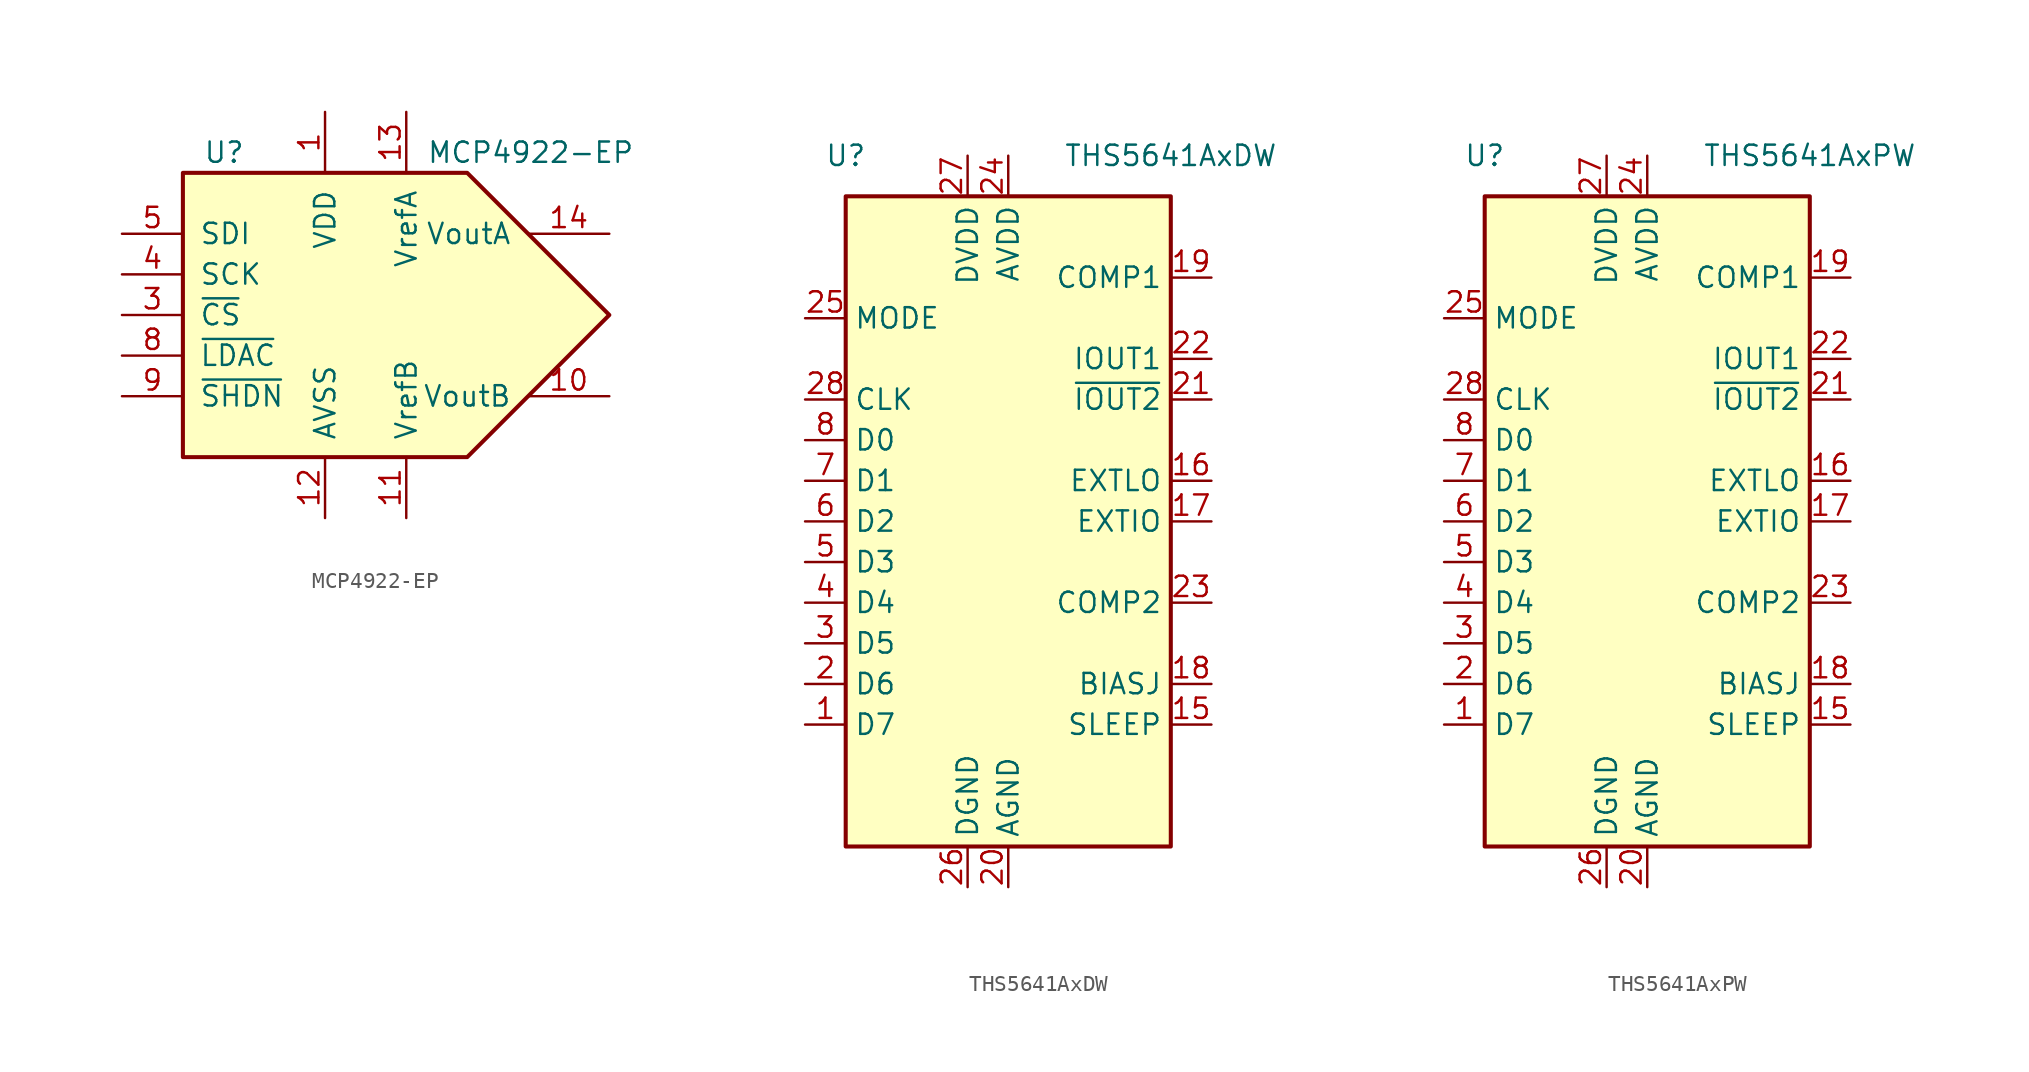
<source format=kicad_sym>
(kicad_symbol_lib
  (version 20200908)
  (generator kicad_symbol_editor)
  (symbol "Analog_DAC:MCP4922-EP"
    (pin_names
      (offset 1.016))
    (property "Reference" "U"
      (at -10.16 10.16 0)
      (effects (font (size 1.27 1.27)) (justify left)))
    (property "Value" "MCP4922-EP"
      (at 3.81 10.16 0)
      (effects (font (size 1.27 1.27)) (justify left)))
    (symbol "MCP4922-EP_0_1"
      (polyline (pts (xy -11.43 8.89) (xy 6.35 8.89) (xy 15.24 0) (xy 6.35 -8.89) (xy -11.43 -8.89) (xy -11.43 8.89)) (stroke (width 0.254)) (fill (type background))))
    (symbol "MCP4922-EP_1_1"
      (pin power_in line (at -2.54 12.7 270) (length 3.81) (name "VDD" (effects (font (size 1.27 1.27)))) (number "1" (effects (font (size 1.27 1.27)))))
      (pin passive line (at 15.24 -5.08 180) (length 5.08) (name "VoutB" (effects (font (size 1.27 1.27)))) (number "10" (effects (font (size 1.27 1.27)))))
      (pin passive line (at 2.54 -12.7 90) (length 3.81) (name "VrefB" (effects (font (size 1.27 1.27)))) (number "11" (effects (font (size 1.27 1.27)))))
      (pin power_in line (at -2.54 -12.7 90) (length 3.81) (name "AVSS" (effects (font (size 1.27 1.27)))) (number "12" (effects (font (size 1.27 1.27)))))
      (pin passive line (at 2.54 12.7 270) (length 3.81) (name "VrefA" (effects (font (size 1.27 1.27)))) (number "13" (effects (font (size 1.27 1.27)))))
      (pin passive line (at 15.24 5.08 180) (length 5.08) (name "VoutA" (effects (font (size 1.27 1.27)))) (number "14" (effects (font (size 1.27 1.27)))))
      (pin unconnected line (at -5.08 -12.7 90) (length 2.54) hide (name "NC" (effects (font (size 1.27 1.27)))) (number "2" (effects (font (size 1.27 1.27)))))
      (pin input line (at -15.24 0 0) (length 3.81) (name "~CS~" (effects (font (size 1.27 1.27)))) (number "3" (effects (font (size 1.27 1.27)))))
      (pin input line (at -15.24 2.54 0) (length 3.81) (name "SCK" (effects (font (size 1.27 1.27)))) (number "4" (effects (font (size 1.27 1.27)))))
      (pin input line (at -15.24 5.08 0) (length 3.81) (name "SDI" (effects (font (size 1.27 1.27)))) (number "5" (effects (font (size 1.27 1.27)))))
      (pin unconnected line (at -7.62 -12.7 90) (length 2.54) hide (name "NC" (effects (font (size 1.27 1.27)))) (number "6" (effects (font (size 1.27 1.27)))))
      (pin unconnected line (at -10.16 -12.7 90) (length 2.54) hide (name "NC" (effects (font (size 1.27 1.27)))) (number "7" (effects (font (size 1.27 1.27)))))
      (pin input line (at -15.24 -2.54 0) (length 3.81) (name "~LDAC~" (effects (font (size 1.27 1.27)))) (number "8" (effects (font (size 1.27 1.27)))))
      (pin input line (at -15.24 -5.08 0) (length 3.81) (name "~SHDN~" (effects (font (size 1.27 1.27)))) (number "9" (effects (font (size 1.27 1.27)))))))
  (symbol "Analog_DAC:THS5641AxDW"
    (property "Reference" "U"
      (at -10.16 22.86 0)
      (effects (font (size 1.27 1.27))))
    (property "Value" "THS5641AxDW"
      (at 10.16 22.86 0)
      (effects (font (size 1.27 1.27))))
    (symbol "THS5641AxDW_0_1"
      (rectangle (start -10.16 20.32) (end 10.16 -20.32) (stroke (width 0.254)) (fill (type background))))
    (symbol "THS5641AxDW_1_1"
      (pin input line (at -12.7 -12.7 0) (length 2.54) (name "D7" (effects (font (size 1.27 1.27)))) (number "1" (effects (font (size 1.27 1.27)))))
      (pin unconnected line (at -10.16 -17.78 0) (length 2.54) hide (name "NC" (effects (font (size 1.27 1.27)))) (number "10" (effects (font (size 1.27 1.27)))))
      (pin unconnected line (at 10.16 -17.78 180) (length 2.54) hide (name "NC" (effects (font (size 1.27 1.27)))) (number "11" (effects (font (size 1.27 1.27)))))
      (pin unconnected line (at 10.16 -15.24 180) (length 2.54) hide (name "NC" (effects (font (size 1.27 1.27)))) (number "12" (effects (font (size 1.27 1.27)))))
      (pin unconnected line (at 10.16 12.7 180) (length 2.54) hide (name "NC" (effects (font (size 1.27 1.27)))) (number "13" (effects (font (size 1.27 1.27)))))
      (pin unconnected line (at 10.16 17.78 180) (length 2.54) hide (name "NC" (effects (font (size 1.27 1.27)))) (number "14" (effects (font (size 1.27 1.27)))))
      (pin input line (at 12.7 -12.7 180) (length 2.54) (name "SLEEP" (effects (font (size 1.27 1.27)))) (number "15" (effects (font (size 1.27 1.27)))))
      (pin bidirectional line (at 12.7 2.54 180) (length 2.54) (name "EXTLO" (effects (font (size 1.27 1.27)))) (number "16" (effects (font (size 1.27 1.27)))))
      (pin bidirectional line (at 12.7 0 180) (length 2.54) (name "EXTIO" (effects (font (size 1.27 1.27)))) (number "17" (effects (font (size 1.27 1.27)))))
      (pin passive line (at 12.7 -10.16 180) (length 2.54) (name "BIASJ" (effects (font (size 1.27 1.27)))) (number "18" (effects (font (size 1.27 1.27)))))
      (pin input line (at 12.7 15.24 180) (length 2.54) (name "COMP1" (effects (font (size 1.27 1.27)))) (number "19" (effects (font (size 1.27 1.27)))))
      (pin input line (at -12.7 -10.16 0) (length 2.54) (name "D6" (effects (font (size 1.27 1.27)))) (number "2" (effects (font (size 1.27 1.27)))))
      (pin power_in line (at 0 -22.86 90) (length 2.54) (name "AGND" (effects (font (size 1.27 1.27)))) (number "20" (effects (font (size 1.27 1.27)))))
      (pin output line (at 12.7 7.62 180) (length 2.54) (name "~IOUT2" (effects (font (size 1.27 1.27)))) (number "21" (effects (font (size 1.27 1.27)))))
      (pin output line (at 12.7 10.16 180) (length 2.54) (name "IOUT1" (effects (font (size 1.27 1.27)))) (number "22" (effects (font (size 1.27 1.27)))))
      (pin input line (at 12.7 -5.08 180) (length 2.54) (name "COMP2" (effects (font (size 1.27 1.27)))) (number "23" (effects (font (size 1.27 1.27)))))
      (pin power_in line (at 0 22.86 270) (length 2.54) (name "AVDD" (effects (font (size 1.27 1.27)))) (number "24" (effects (font (size 1.27 1.27)))))
      (pin input line (at -12.7 12.7 0) (length 2.54) (name "MODE" (effects (font (size 1.27 1.27)))) (number "25" (effects (font (size 1.27 1.27)))))
      (pin power_in line (at -2.54 -22.86 90) (length 2.54) (name "DGND" (effects (font (size 1.27 1.27)))) (number "26" (effects (font (size 1.27 1.27)))))
      (pin power_in line (at -2.54 22.86 270) (length 2.54) (name "DVDD" (effects (font (size 1.27 1.27)))) (number "27" (effects (font (size 1.27 1.27)))))
      (pin input line (at -12.7 7.62 0) (length 2.54) (name "CLK" (effects (font (size 1.27 1.27)))) (number "28" (effects (font (size 1.27 1.27)))))
      (pin input line (at -12.7 -7.62 0) (length 2.54) (name "D5" (effects (font (size 1.27 1.27)))) (number "3" (effects (font (size 1.27 1.27)))))
      (pin input line (at -12.7 -5.08 0) (length 2.54) (name "D4" (effects (font (size 1.27 1.27)))) (number "4" (effects (font (size 1.27 1.27)))))
      (pin input line (at -12.7 -2.54 0) (length 2.54) (name "D3" (effects (font (size 1.27 1.27)))) (number "5" (effects (font (size 1.27 1.27)))))
      (pin input line (at -12.7 0 0) (length 2.54) (name "D2" (effects (font (size 1.27 1.27)))) (number "6" (effects (font (size 1.27 1.27)))))
      (pin input line (at -12.7 2.54 0) (length 2.54) (name "D1" (effects (font (size 1.27 1.27)))) (number "7" (effects (font (size 1.27 1.27)))))
      (pin input line (at -12.7 5.08 0) (length 2.54) (name "D0" (effects (font (size 1.27 1.27)))) (number "8" (effects (font (size 1.27 1.27)))))
      (pin unconnected line (at -10.16 -15.24 0) (length 2.54) hide (name "NC" (effects (font (size 1.27 1.27)))) (number "9" (effects (font (size 1.27 1.27)))))))
  (symbol "Analog_DAC:THS5641AxPW"
    (property "Reference" "U"
      (at -10.16 22.86 0)
      (effects (font (size 1.27 1.27))))
    (property "Value" "THS5641AxPW"
      (at 10.16 22.86 0)
      (effects (font (size 1.27 1.27))))
    (symbol "THS5641AxPW_0_1"
      (rectangle (start -10.16 20.32) (end 10.16 -20.32) (stroke (width 0.254)) (fill (type background))))
    (symbol "THS5641AxPW_1_1"
      (pin input line (at -12.7 -12.7 0) (length 2.54) (name "D7" (effects (font (size 1.27 1.27)))) (number "1" (effects (font (size 1.27 1.27)))))
      (pin unconnected line (at -10.16 -17.78 0) (length 2.54) hide (name "NC" (effects (font (size 1.27 1.27)))) (number "10" (effects (font (size 1.27 1.27)))))
      (pin unconnected line (at 10.16 -17.78 180) (length 2.54) hide (name "NC" (effects (font (size 1.27 1.27)))) (number "11" (effects (font (size 1.27 1.27)))))
      (pin unconnected line (at 10.16 -15.24 180) (length 2.54) hide (name "NC" (effects (font (size 1.27 1.27)))) (number "12" (effects (font (size 1.27 1.27)))))
      (pin unconnected line (at 10.16 12.7 180) (length 2.54) hide (name "NC" (effects (font (size 1.27 1.27)))) (number "13" (effects (font (size 1.27 1.27)))))
      (pin unconnected line (at 10.16 17.78 180) (length 2.54) hide (name "NC" (effects (font (size 1.27 1.27)))) (number "14" (effects (font (size 1.27 1.27)))))
      (pin input line (at 12.7 -12.7 180) (length 2.54) (name "SLEEP" (effects (font (size 1.27 1.27)))) (number "15" (effects (font (size 1.27 1.27)))))
      (pin bidirectional line (at 12.7 2.54 180) (length 2.54) (name "EXTLO" (effects (font (size 1.27 1.27)))) (number "16" (effects (font (size 1.27 1.27)))))
      (pin bidirectional line (at 12.7 0 180) (length 2.54) (name "EXTIO" (effects (font (size 1.27 1.27)))) (number "17" (effects (font (size 1.27 1.27)))))
      (pin passive line (at 12.7 -10.16 180) (length 2.54) (name "BIASJ" (effects (font (size 1.27 1.27)))) (number "18" (effects (font (size 1.27 1.27)))))
      (pin input line (at 12.7 15.24 180) (length 2.54) (name "COMP1" (effects (font (size 1.27 1.27)))) (number "19" (effects (font (size 1.27 1.27)))))
      (pin input line (at -12.7 -10.16 0) (length 2.54) (name "D6" (effects (font (size 1.27 1.27)))) (number "2" (effects (font (size 1.27 1.27)))))
      (pin power_in line (at 0 -22.86 90) (length 2.54) (name "AGND" (effects (font (size 1.27 1.27)))) (number "20" (effects (font (size 1.27 1.27)))))
      (pin output line (at 12.7 7.62 180) (length 2.54) (name "~IOUT2" (effects (font (size 1.27 1.27)))) (number "21" (effects (font (size 1.27 1.27)))))
      (pin output line (at 12.7 10.16 180) (length 2.54) (name "IOUT1" (effects (font (size 1.27 1.27)))) (number "22" (effects (font (size 1.27 1.27)))))
      (pin input line (at 12.7 -5.08 180) (length 2.54) (name "COMP2" (effects (font (size 1.27 1.27)))) (number "23" (effects (font (size 1.27 1.27)))))
      (pin power_in line (at 0 22.86 270) (length 2.54) (name "AVDD" (effects (font (size 1.27 1.27)))) (number "24" (effects (font (size 1.27 1.27)))))
      (pin input line (at -12.7 12.7 0) (length 2.54) (name "MODE" (effects (font (size 1.27 1.27)))) (number "25" (effects (font (size 1.27 1.27)))))
      (pin power_in line (at -2.54 -22.86 90) (length 2.54) (name "DGND" (effects (font (size 1.27 1.27)))) (number "26" (effects (font (size 1.27 1.27)))))
      (pin power_in line (at -2.54 22.86 270) (length 2.54) (name "DVDD" (effects (font (size 1.27 1.27)))) (number "27" (effects (font (size 1.27 1.27)))))
      (pin input line (at -12.7 7.62 0) (length 2.54) (name "CLK" (effects (font (size 1.27 1.27)))) (number "28" (effects (font (size 1.27 1.27)))))
      (pin input line (at -12.7 -7.62 0) (length 2.54) (name "D5" (effects (font (size 1.27 1.27)))) (number "3" (effects (font (size 1.27 1.27)))))
      (pin input line (at -12.7 -5.08 0) (length 2.54) (name "D4" (effects (font (size 1.27 1.27)))) (number "4" (effects (font (size 1.27 1.27)))))
      (pin input line (at -12.7 -2.54 0) (length 2.54) (name "D3" (effects (font (size 1.27 1.27)))) (number "5" (effects (font (size 1.27 1.27)))))
      (pin input line (at -12.7 0 0) (length 2.54) (name "D2" (effects (font (size 1.27 1.27)))) (number "6" (effects (font (size 1.27 1.27)))))
      (pin input line (at -12.7 2.54 0) (length 2.54) (name "D1" (effects (font (size 1.27 1.27)))) (number "7" (effects (font (size 1.27 1.27)))))
      (pin input line (at -12.7 5.08 0) (length 2.54) (name "D0" (effects (font (size 1.27 1.27)))) (number "8" (effects (font (size 1.27 1.27)))))
      (pin unconnected line (at -10.16 -15.24 0) (length 2.54) hide (name "NC" (effects (font (size 1.27 1.27)))) (number "9" (effects (font (size 1.27 1.27))))))))
</source>
